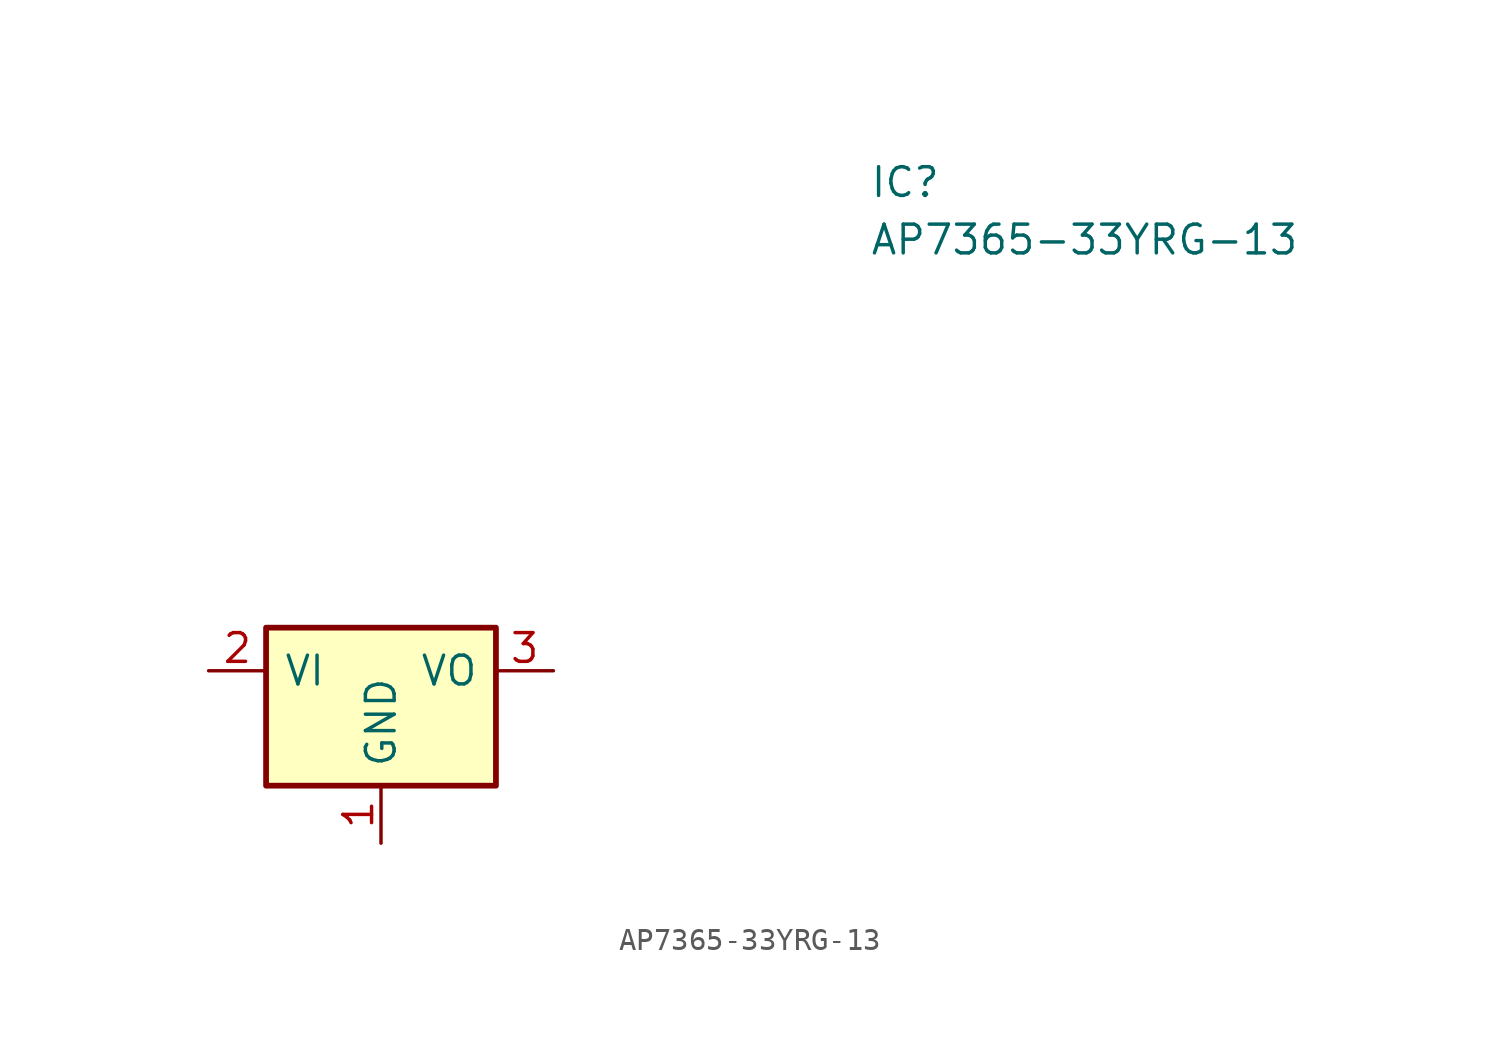
<source format=kicad_sym>
(kicad_symbol_lib
  (version 20211014)
  (generator kicad_symbol_editor)
  (symbol "AP7365-33YRG-13"
    (pin_names
      (offset 0.762))
    (property "Reference" "IC"
      (at 21.59 22.86 0)
      (effects (font (size 1.27 1.27)) (justify left)))
    (property "Value" "AP7365-33YRG-13"
      (at 21.59 20.32 0)
      (effects (font (size 1.27 1.27)) (justify left)))
    (symbol "AP7365-33YRG-13_0_1"
      (rectangle (start -5.08 3.175) (end 5.08 -3.81) (stroke (width 0.254) (type default) (color 0 0 0 0)) (fill (type background))))
    (symbol "AP7365-33YRG-13_1_1"
      (pin power_in line (at 0 -6.35 90) (length 2.54) (name "GND" (effects (font (size 1.27 1.27)))) (number "1" (effects (font (size 1.27 1.27)))))
      (pin power_in line (at -7.62 1.27 0) (length 2.54) (name "VI" (effects (font (size 1.27 1.27)))) (number "2" (effects (font (size 1.27 1.27)))))
      (pin power_out line (at 7.62 1.27 180) (length 2.54) (name "VO" (effects (font (size 1.27 1.27)))) (number "3" (effects (font (size 1.27 1.27))))))))
</source>
